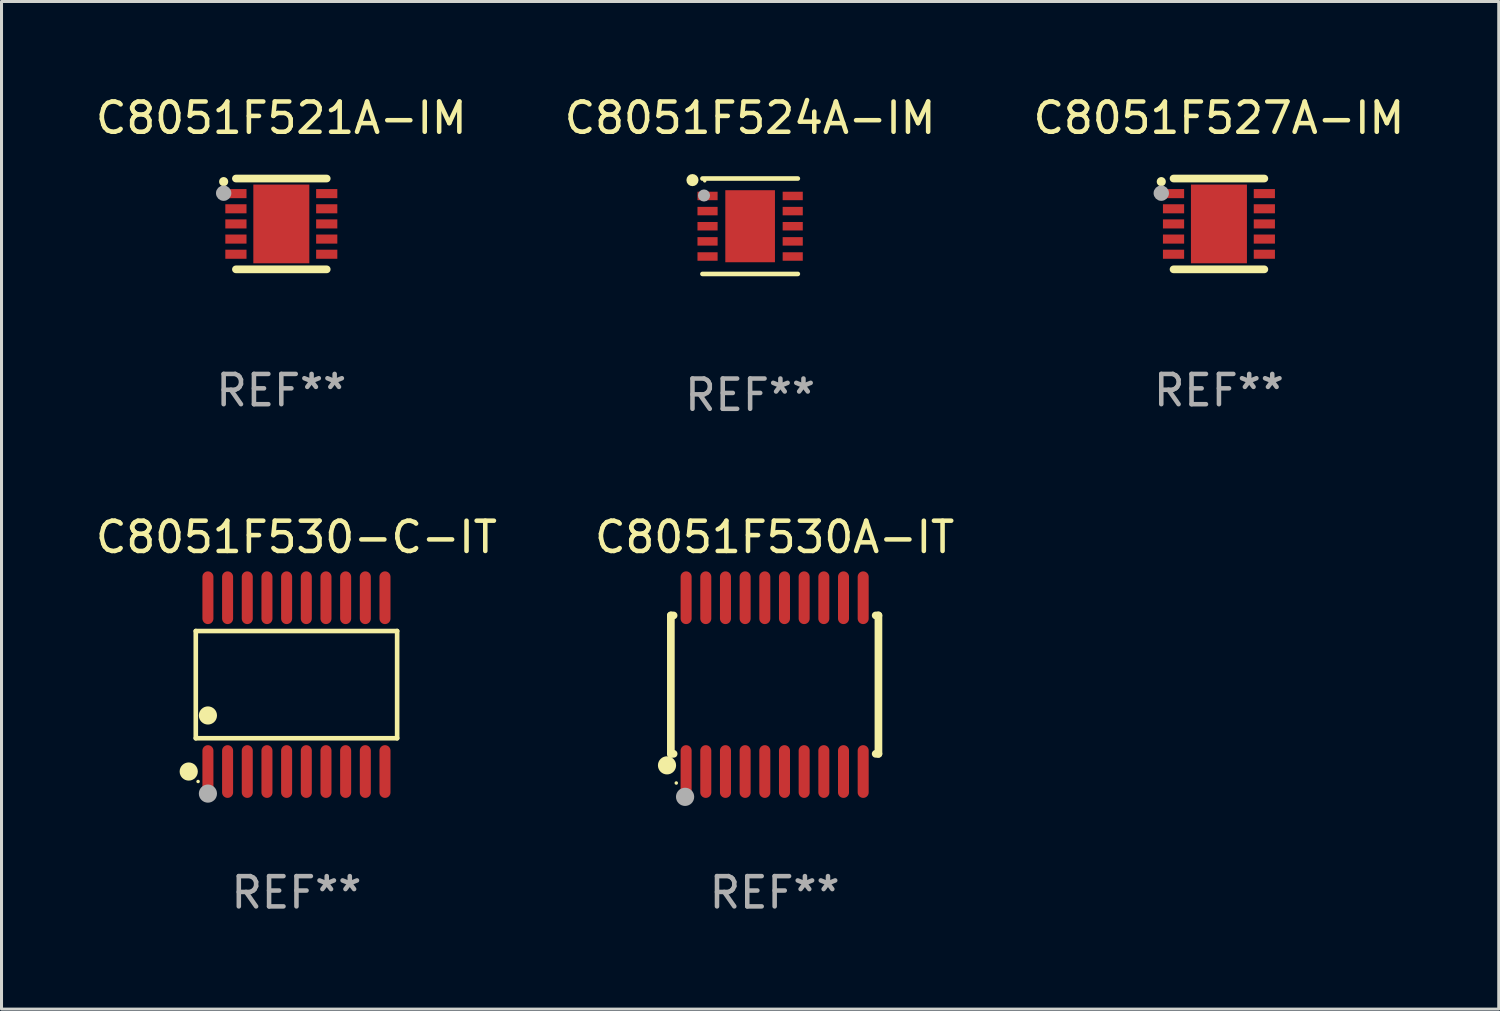
<source format=kicad_pcb>
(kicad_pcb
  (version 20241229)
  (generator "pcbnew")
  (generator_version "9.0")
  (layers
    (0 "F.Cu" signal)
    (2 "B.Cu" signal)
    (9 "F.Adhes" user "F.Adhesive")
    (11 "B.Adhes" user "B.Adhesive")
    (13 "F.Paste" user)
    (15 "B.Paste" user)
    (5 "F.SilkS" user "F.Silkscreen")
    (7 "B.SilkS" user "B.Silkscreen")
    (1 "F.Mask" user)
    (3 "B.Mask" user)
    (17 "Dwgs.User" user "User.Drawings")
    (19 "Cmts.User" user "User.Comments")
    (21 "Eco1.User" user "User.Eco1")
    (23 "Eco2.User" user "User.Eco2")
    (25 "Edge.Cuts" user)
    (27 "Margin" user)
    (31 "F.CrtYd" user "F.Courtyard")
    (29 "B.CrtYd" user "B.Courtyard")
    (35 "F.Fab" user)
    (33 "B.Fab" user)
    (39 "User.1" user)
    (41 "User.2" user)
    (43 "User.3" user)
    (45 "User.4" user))
  (footprint "C8051F521A-IM"
    (layer "F.Cu")
    (at 6.244 4.348)
    (property "Reference" "C8051F521A-IM" (at 0 -3.5 0) (layer "F.SilkS") (effects (font (size 1 1) (thickness 0.15))))
    (attr through_hole)
    (fp_line (start -1.5 -1.5) (end 1.5 -1.5) (stroke (width 0.254) (type solid)) (layer "F.SilkS"))
    (fp_line (start -1.5 1.5) (end 1.5 1.5) (stroke (width 0.254) (type solid)) (layer "F.SilkS"))
    (fp_arc (start -1.905029 -1.395707) (mid -1.905035 -1.396977) (end -1.905029 -1.398247) (stroke (width 0.3) (type solid)) (layer "F.SilkS"))
    (fp_circle (center -1.55 -1.5) (end -1.52 -1.5) (stroke (width 0.06) (type solid)) (fill no) (layer "F.SilkS"))
    (fp_circle (center -1.905 -1.016) (end -1.778 -1.016) (stroke (width 0.254) (type solid)) (fill no) (layer "F.Fab"))
    (fp_text user "REF**" (at 0 5.5 0) (layer "F.Fab") (effects (font (size 1 1) (thickness 0.15))))
    (pad "1" smd rect (at -1.5 -1.001 270) (size 0.3 0.7) (layers "F.Cu" "F.Mask" "F.Paste"))
    (pad "2" smd rect (at -1.5 -0.5 270) (size 0.3 0.7) (layers "F.Cu" "F.Mask" "F.Paste"))
    (pad "3" smd rect (at -1.5 -0.000102 270) (size 0.3 0.7) (layers "F.Cu" "F.Mask" "F.Paste"))
    (pad "4" smd rect (at -1.5 0.5 270) (size 0.3 0.7) (layers "F.Cu" "F.Mask" "F.Paste"))
    (pad "5" smd rect (at -1.5 1.001 270) (size 0.3 0.7) (layers "F.Cu" "F.Mask" "F.Paste"))
    (pad "6" smd rect (at 1.5 1.001 270) (size 0.3 0.7) (layers "F.Cu" "F.Mask" "F.Paste"))
    (pad "7" smd rect (at 1.5 0.5 270) (size 0.3 0.7) (layers "F.Cu" "F.Mask" "F.Paste"))
    (pad "8" smd rect (at 1.5 -0.000102 270) (size 0.3 0.7) (layers "F.Cu" "F.Mask" "F.Paste"))
    (pad "9" smd rect (at 1.5 -0.5 270) (size 0.3 0.7) (layers "F.Cu" "F.Mask" "F.Paste"))
    (pad "10" smd rect (at 1.5 -1.001 270) (size 0.3 0.7) (layers "F.Cu" "F.Mask" "F.Paste"))
    (pad "11" smd rect (at -0.000102 -0.000102) (size 1.85 2.6) (layers "F.Cu" "F.Mask" "F.Paste")))
  (footprint "C8051F530A-IT"
    (layer "F.Cu")
    (at 22.542 19.568)
    (property "Reference" "C8051F530A-IT" (at 0 -4.871 0) (layer "F.SilkS") (effects (font (size 1 1) (thickness 0.15))))
    (attr through_hole)
    (fp_line (start -3.429 -2.286) (end -3.429 2.286) (stroke (width 0.254) (type solid)) (layer "F.SilkS"))
    (fp_line (start -3.429 2.286) (end -3.338 2.286) (stroke (width 0.254) (type solid)) (layer "F.SilkS"))
    (fp_line (start -3.338 -2.286) (end -3.429 -2.286) (stroke (width 0.254) (type solid)) (layer "F.SilkS"))
    (fp_line (start 3.338 -2.286) (end 3.429 -2.286) (stroke (width 0.254) (type solid)) (layer "F.SilkS"))
    (fp_line (start 3.429 -2.286) (end 3.429 2.286) (stroke (width 0.254) (type solid)) (layer "F.SilkS"))
    (fp_line (start 3.429 2.286) (end 3.338 2.286) (stroke (width 0.254) (type solid)) (layer "F.SilkS"))
    (fp_circle (center -3.556 2.667) (end -3.406 2.667) (stroke (width 0.3) (type solid)) (fill no) (layer "F.SilkS"))
    (fp_circle (center -3.25 3.25) (end -3.22 3.25) (stroke (width 0.06) (type solid)) (fill no) (layer "F.SilkS"))
    (fp_circle (center -2.959 3.707) (end -2.808 3.707) (stroke (width 0.3) (type solid)) (fill no) (layer "F.Fab"))
    (fp_text user "REF**" (at 0 6.871 0) (layer "F.Fab") (effects (font (size 1 1) (thickness 0.15))))
    (pad "1" smd oval (at -2.925 2.871) (size 0.364 1.742) (layers "F.Cu" "F.Mask" "F.Paste"))
    (pad "2" smd oval (at -2.275 2.871) (size 0.364 1.742) (layers "F.Cu" "F.Mask" "F.Paste"))
    (pad "3" smd oval (at -1.625 2.871) (size 0.364 1.742) (layers "F.Cu" "F.Mask" "F.Paste"))
    (pad "4" smd oval (at -0.975 2.871) (size 0.364 1.742) (layers "F.Cu" "F.Mask" "F.Paste"))
    (pad "5" smd oval (at -0.325 2.871) (size 0.364 1.742) (layers "F.Cu" "F.Mask" "F.Paste"))
    (pad "6" smd oval (at 0.325 2.871) (size 0.364 1.742) (layers "F.Cu" "F.Mask" "F.Paste"))
    (pad "7" smd oval (at 0.975 2.871) (size 0.364 1.742) (layers "F.Cu" "F.Mask" "F.Paste"))
    (pad "8" smd oval (at 1.625 2.871) (size 0.364 1.742) (layers "F.Cu" "F.Mask" "F.Paste"))
    (pad "9" smd oval (at 2.275 2.871) (size 0.364 1.742) (layers "F.Cu" "F.Mask" "F.Paste"))
    (pad "10" smd oval (at 2.925 2.871) (size 0.364 1.742) (layers "F.Cu" "F.Mask" "F.Paste"))
    (pad "11" smd oval (at 2.925 -2.871) (size 0.364 1.742) (layers "F.Cu" "F.Mask" "F.Paste"))
    (pad "12" smd oval (at 2.275 -2.871) (size 0.364 1.742) (layers "F.Cu" "F.Mask" "F.Paste"))
    (pad "13" smd oval (at 1.625 -2.871) (size 0.364 1.742) (layers "F.Cu" "F.Mask" "F.Paste"))
    (pad "14" smd oval (at 0.975 -2.871) (size 0.364 1.742) (layers "F.Cu" "F.Mask" "F.Paste"))
    (pad "15" smd oval (at 0.325 -2.871) (size 0.364 1.742) (layers "F.Cu" "F.Mask" "F.Paste"))
    (pad "16" smd oval (at -0.325 -2.871) (size 0.364 1.742) (layers "F.Cu" "F.Mask" "F.Paste"))
    (pad "17" smd oval (at -0.975 -2.871) (size 0.364 1.742) (layers "F.Cu" "F.Mask" "F.Paste"))
    (pad "18" smd oval (at -1.625 -2.871) (size 0.364 1.742) (layers "F.Cu" "F.Mask" "F.Paste"))
    (pad "19" smd oval (at -2.275 -2.871) (size 0.364 1.742) (layers "F.Cu" "F.Mask" "F.Paste"))
    (pad "20" smd oval (at -2.925 -2.871) (size 0.364 1.742) (layers "F.Cu" "F.Mask" "F.Paste")))
  (footprint "C8051F527A-IM"
    (layer "F.Cu")
    (at 37.22 4.348)
    (property "Reference" "C8051F527A-IM" (at 0 -3.5 0) (layer "F.SilkS") (effects (font (size 1 1) (thickness 0.15))))
    (attr through_hole)
    (fp_line (start -1.5 -1.5) (end 1.5 -1.5) (stroke (width 0.254) (type solid)) (layer "F.SilkS"))
    (fp_line (start -1.5 1.5) (end 1.5 1.5) (stroke (width 0.254) (type solid)) (layer "F.SilkS"))
    (fp_arc (start -1.905029 -1.395707) (mid -1.905035 -1.396977) (end -1.905029 -1.398247) (stroke (width 0.3) (type solid)) (layer "F.SilkS"))
    (fp_circle (center -1.55 -1.5) (end -1.52 -1.5) (stroke (width 0.06) (type solid)) (fill no) (layer "F.SilkS"))
    (fp_circle (center -1.905 -1.016) (end -1.778 -1.016) (stroke (width 0.254) (type solid)) (fill no) (layer "F.Fab"))
    (fp_text user "REF**" (at 0 5.5 0) (layer "F.Fab") (effects (font (size 1 1) (thickness 0.15))))
    (pad "1" smd rect (at -1.5 -1.001 270) (size 0.3 0.7) (layers "F.Cu" "F.Mask" "F.Paste"))
    (pad "2" smd rect (at -1.5 -0.5 270) (size 0.3 0.7) (layers "F.Cu" "F.Mask" "F.Paste"))
    (pad "3" smd rect (at -1.5 -0.000102 270) (size 0.3 0.7) (layers "F.Cu" "F.Mask" "F.Paste"))
    (pad "4" smd rect (at -1.5 0.5 270) (size 0.3 0.7) (layers "F.Cu" "F.Mask" "F.Paste"))
    (pad "5" smd rect (at -1.5 1.001 270) (size 0.3 0.7) (layers "F.Cu" "F.Mask" "F.Paste"))
    (pad "6" smd rect (at 1.5 1.001 270) (size 0.3 0.7) (layers "F.Cu" "F.Mask" "F.Paste"))
    (pad "7" smd rect (at 1.5 0.5 270) (size 0.3 0.7) (layers "F.Cu" "F.Mask" "F.Paste"))
    (pad "8" smd rect (at 1.5 -0.000102 270) (size 0.3 0.7) (layers "F.Cu" "F.Mask" "F.Paste"))
    (pad "9" smd rect (at 1.5 -0.5 270) (size 0.3 0.7) (layers "F.Cu" "F.Mask" "F.Paste"))
    (pad "10" smd rect (at 1.5 -1.001 270) (size 0.3 0.7) (layers "F.Cu" "F.Mask" "F.Paste"))
    (pad "11" smd rect (at -0.000102 -0.000102) (size 1.85 2.6) (layers "F.Cu" "F.Mask" "F.Paste")))
  (footprint "C8051F524A-IM"
    (layer "F.Cu")
    (at 21.732 4.424)
    (property "Reference" "C8051F524A-IM" (at 0 -3.576 0) (layer "F.SilkS") (effects (font (size 1 1) (thickness 0.15))))
    (attr through_hole)
    (fp_line (start -1.576 -1.576) (end 1.576 -1.576) (stroke (width 0.152) (type solid)) (layer "F.SilkS"))
    (fp_line (start -1.576 1.576) (end 1.576 1.576) (stroke (width 0.152) (type solid)) (layer "F.SilkS"))
    (fp_circle (center -1.905 -1.524) (end -1.805 -1.524) (stroke (width 0.2) (type solid)) (fill no) (layer "F.SilkS"))
    (fp_circle (center -1.5 -1.5) (end -1.47 -1.5) (stroke (width 0.06) (type solid)) (fill no) (layer "F.SilkS"))
    (fp_circle (center -1.524 -1.016) (end -1.424 -1.016) (stroke (width 0.2) (type solid)) (fill no) (layer "F.Fab"))
    (fp_text user "REF**" (at 0 5.576 0) (layer "F.Fab") (effects (font (size 1 1) (thickness 0.15))))
    (pad "1" smd rect (at -1.407 -1) (size 0.665 0.28) (layers "F.Cu" "F.Mask" "F.Paste"))
    (pad "2" smd rect (at -1.407 -0.5) (size 0.665 0.28) (layers "F.Cu" "F.Mask" "F.Paste"))
    (pad "3" smd rect (at -1.407 0) (size 0.665 0.28) (layers "F.Cu" "F.Mask" "F.Paste"))
    (pad "4" smd rect (at -1.407 0.5) (size 0.665 0.28) (layers "F.Cu" "F.Mask" "F.Paste"))
    (pad "5" smd rect (at -1.407 1) (size 0.665 0.28) (layers "F.Cu" "F.Mask" "F.Paste"))
    (pad "6" smd rect (at 1.407 1) (size 0.665 0.28) (layers "F.Cu" "F.Mask" "F.Paste"))
    (pad "7" smd rect (at 1.407 0.5) (size 0.665 0.28) (layers "F.Cu" "F.Mask" "F.Paste"))
    (pad "8" smd rect (at 1.407 0) (size 0.665 0.28) (layers "F.Cu" "F.Mask" "F.Paste"))
    (pad "9" smd rect (at 1.407 -0.5) (size 0.665 0.28) (layers "F.Cu" "F.Mask" "F.Paste"))
    (pad "10" smd rect (at 1.407 -1) (size 0.665 0.28) (layers "F.Cu" "F.Mask" "F.Paste"))
    (pad "11" smd rect (at 0 0) (size 1.64 2.38) (layers "F.Cu" "F.Mask" "F.Paste")))
  (footprint "C8051F530-C-IT"
    (layer "F.Cu")
    (at 6.744 19.568)
    (property "Reference" "C8051F530-C-IT" (at 0 -4.871 0) (layer "F.SilkS") (effects (font (size 1 1) (thickness 0.15))))
    (attr through_hole)
    (fp_line (start -3.326 -1.771) (end 3.326 -1.771) (stroke (width 0.152) (type solid)) (layer "F.SilkS"))
    (fp_line (start -3.326 1.771) (end -3.326 -1.771) (stroke (width 0.152) (type solid)) (layer "F.SilkS"))
    (fp_line (start 3.326 -1.771) (end 3.326 1.771) (stroke (width 0.152) (type solid)) (layer "F.SilkS"))
    (fp_line (start 3.326 1.771) (end -3.326 1.771) (stroke (width 0.152) (type solid)) (layer "F.SilkS"))
    (fp_circle (center -3.559 2.871) (end -3.409 2.871) (stroke (width 0.3) (type solid)) (fill no) (layer "F.SilkS"))
    (fp_circle (center -3.25 3.2) (end -3.22 3.2) (stroke (width 0.06) (type solid)) (fill no) (layer "F.SilkS"))
    (fp_circle (center -2.925 1.019) (end -2.775 1.019) (stroke (width 0.3) (type solid)) (fill no) (layer "F.SilkS"))
    (fp_circle (center -2.925 3.6) (end -2.775 3.6) (stroke (width 0.3) (type solid)) (fill no) (layer "F.Fab"))
    (fp_text user "REF**" (at 0 6.871 0) (layer "F.Fab") (effects (font (size 1 1) (thickness 0.15))))
    (pad "1" smd oval (at -2.925 2.871) (size 0.364 1.742) (layers "F.Cu" "F.Mask" "F.Paste"))
    (pad "2" smd oval (at -2.275 2.871) (size 0.364 1.742) (layers "F.Cu" "F.Mask" "F.Paste"))
    (pad "3" smd oval (at -1.625 2.871) (size 0.364 1.742) (layers "F.Cu" "F.Mask" "F.Paste"))
    (pad "4" smd oval (at -0.975 2.871) (size 0.364 1.742) (layers "F.Cu" "F.Mask" "F.Paste"))
    (pad "5" smd oval (at -0.325 2.871) (size 0.364 1.742) (layers "F.Cu" "F.Mask" "F.Paste"))
    (pad "6" smd oval (at 0.325 2.871) (size 0.364 1.742) (layers "F.Cu" "F.Mask" "F.Paste"))
    (pad "7" smd oval (at 0.975 2.871) (size 0.364 1.742) (layers "F.Cu" "F.Mask" "F.Paste"))
    (pad "8" smd oval (at 1.625 2.871) (size 0.364 1.742) (layers "F.Cu" "F.Mask" "F.Paste"))
    (pad "9" smd oval (at 2.275 2.871) (size 0.364 1.742) (layers "F.Cu" "F.Mask" "F.Paste"))
    (pad "10" smd oval (at 2.925 2.871) (size 0.364 1.742) (layers "F.Cu" "F.Mask" "F.Paste"))
    (pad "11" smd oval (at 2.925 -2.871) (size 0.364 1.742) (layers "F.Cu" "F.Mask" "F.Paste"))
    (pad "12" smd oval (at 2.275 -2.871) (size 0.364 1.742) (layers "F.Cu" "F.Mask" "F.Paste"))
    (pad "13" smd oval (at 1.625 -2.871) (size 0.364 1.742) (layers "F.Cu" "F.Mask" "F.Paste"))
    (pad "14" smd oval (at 0.975 -2.871) (size 0.364 1.742) (layers "F.Cu" "F.Mask" "F.Paste"))
    (pad "15" smd oval (at 0.325 -2.871) (size 0.364 1.742) (layers "F.Cu" "F.Mask" "F.Paste"))
    (pad "16" smd oval (at -0.325 -2.871) (size 0.364 1.742) (layers "F.Cu" "F.Mask" "F.Paste"))
    (pad "17" smd oval (at -0.975 -2.871) (size 0.364 1.742) (layers "F.Cu" "F.Mask" "F.Paste"))
    (pad "18" smd oval (at -1.625 -2.871) (size 0.364 1.742) (layers "F.Cu" "F.Mask" "F.Paste"))
    (pad "19" smd oval (at -2.275 -2.871) (size 0.364 1.742) (layers "F.Cu" "F.Mask" "F.Paste"))
    (pad "20" smd oval (at -2.925 -2.871) (size 0.364 1.742) (layers "F.Cu" "F.Mask" "F.Paste")))
  (gr_rect
    (start -3 -3)
    (end 46.464 30.287)
    (stroke (width 0.1) (type default))
    (fill no)
    (layer "Edge.Cuts")))
</source>
